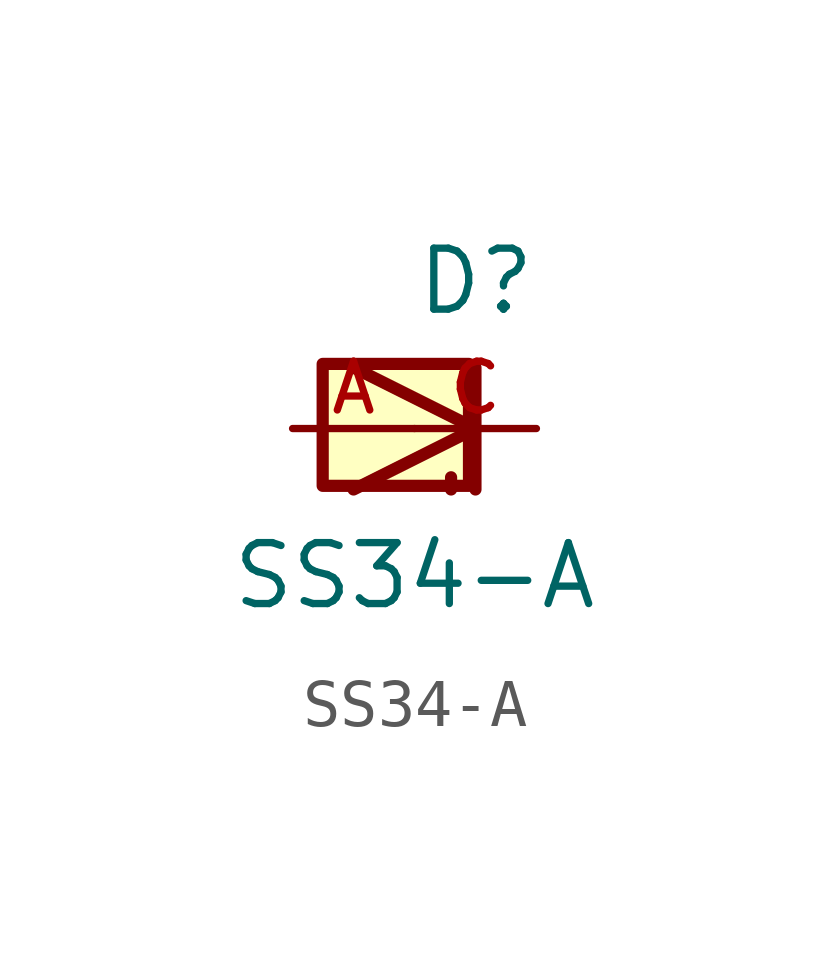
<source format=kicad_sym>
(kicad_symbol_lib
  (version 20211014)
  (generator kicad_symbol_editor)
  (symbol "SS34-A"
    (pin_names
      (offset 1.016))
    (property "Reference" "D"
      (at 0.0 3.81 0.0)
      (effects (font (size 1.27 1.27)) (justify top left)))
    (property "Value" "SS34-A"
      (at 0.0 -3.81 0)
      (effects (font (size 1.27 1.27)) (justify bottom)))
    (symbol "SS34-A_0_0"
      (polyline (pts (xy -1.27 -1.27) (xy 1.27 0.0)) (stroke (width 0.254)))
      (polyline (pts (xy 1.27 0.0) (xy -1.27 1.27)) (stroke (width 0.254)))
      (polyline (pts (xy 1.27 1.27) (xy 1.27 0.0)) (stroke (width 0.254)))
      (polyline (pts (xy 1.27 0.0) (xy 1.27 -1.27)) (stroke (width 0.254)))
      (polyline (pts (xy 0.762 -1.27) (xy 0.762 -1.016)) (stroke (width 0.254)))
      (rectangle (start -1.913 -1.194) (end 1.135 1.346) (stroke (width 0.254)) (fill (type background)))
      (pin passive line (at -2.54 0.0 0) (length 2.54) (name "~" (effects (font (size 1.016 1.016)))) (number "A" (effects (font (size 1.016 1.016)))))
      (pin passive line (at 2.54 0.0 180.0) (length 2.54) (name "~" (effects (font (size 1.016 1.016)))) (number "C" (effects (font (size 1.016 1.016))))))))
</source>
